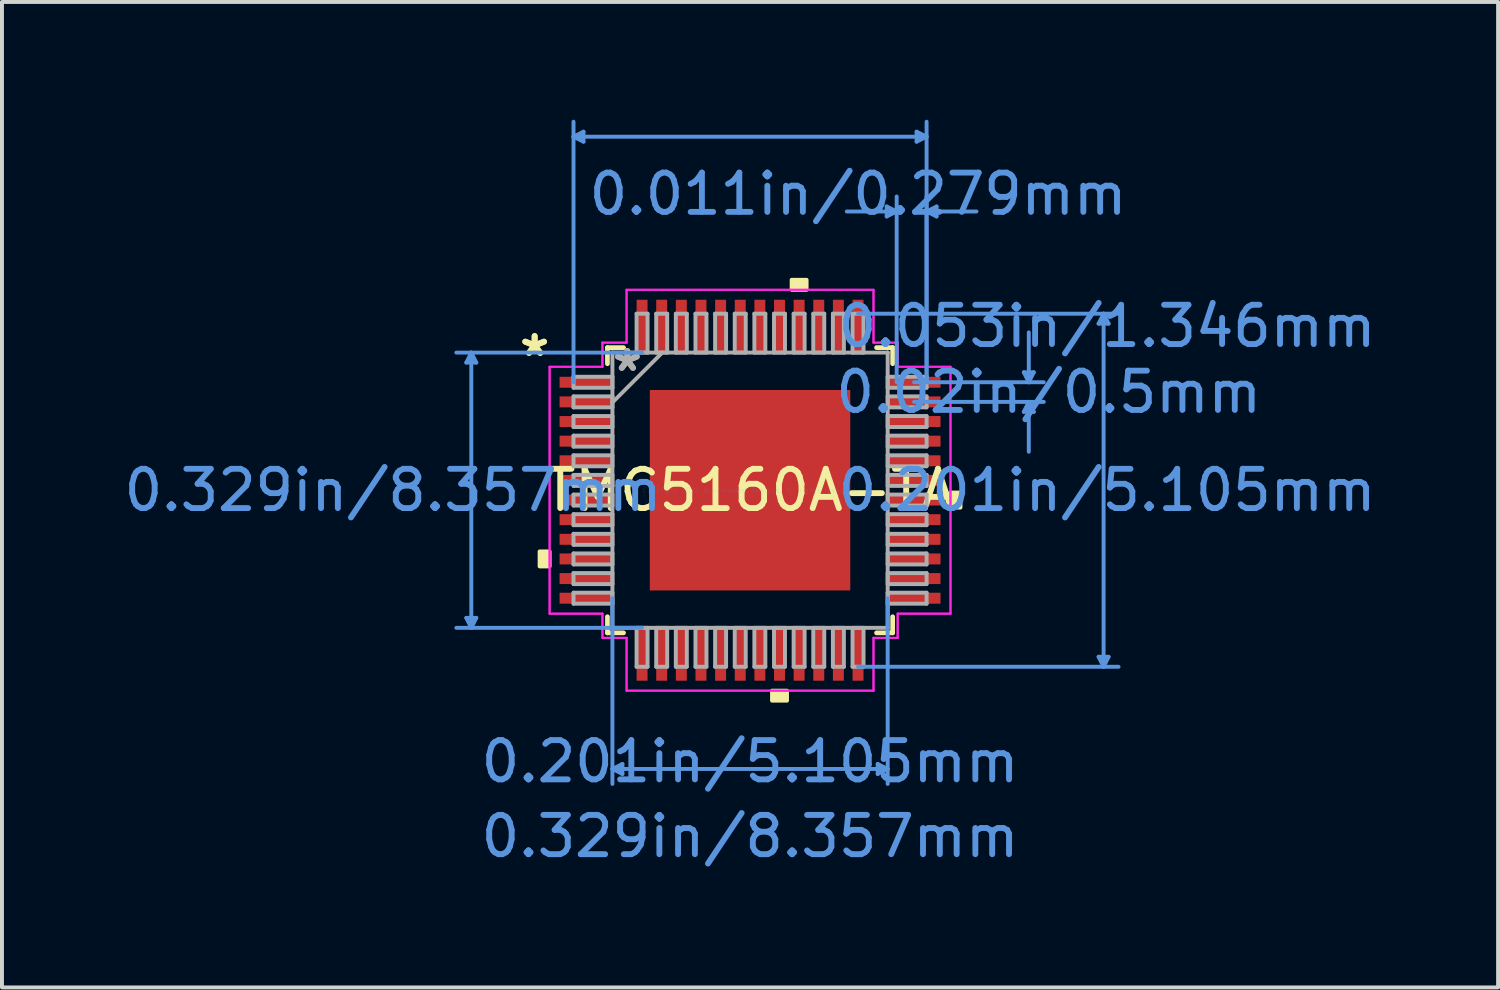
<source format=kicad_pcb>
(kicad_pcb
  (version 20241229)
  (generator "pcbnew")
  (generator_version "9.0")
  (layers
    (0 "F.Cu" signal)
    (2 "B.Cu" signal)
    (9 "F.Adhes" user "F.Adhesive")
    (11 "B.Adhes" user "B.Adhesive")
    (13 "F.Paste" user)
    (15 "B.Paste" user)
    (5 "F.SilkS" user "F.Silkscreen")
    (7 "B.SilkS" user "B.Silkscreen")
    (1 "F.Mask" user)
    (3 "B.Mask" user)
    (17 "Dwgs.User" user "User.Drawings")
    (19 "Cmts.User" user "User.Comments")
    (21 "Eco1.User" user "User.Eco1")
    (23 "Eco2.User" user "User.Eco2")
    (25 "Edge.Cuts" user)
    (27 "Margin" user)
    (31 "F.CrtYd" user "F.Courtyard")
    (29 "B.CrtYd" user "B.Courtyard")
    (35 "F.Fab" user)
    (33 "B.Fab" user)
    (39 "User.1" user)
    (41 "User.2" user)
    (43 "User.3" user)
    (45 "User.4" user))
  (footprint "TMC5160A-TA"
    (layer "F.Cu")
    (at 16.052 9.435)
    (property "Reference" "TMC5160A-TA" (at 0 0 0) (layer "F.SilkS") (effects (font (size 1 1) (thickness 0.15))))
    (attr through_hole)
    (fp_line (start -3.632 -3.632) (end -3.632 -3.222) (stroke (width 0.12) (type solid)) (layer "F.SilkS"))
    (fp_line (start -3.632 3.222) (end -3.632 3.632) (stroke (width 0.12) (type solid)) (layer "F.SilkS"))
    (fp_line (start -3.632 3.632) (end -3.222 3.632) (stroke (width 0.12) (type solid)) (layer "F.SilkS"))
    (fp_line (start -3.222 -3.632) (end -3.632 -3.632) (stroke (width 0.12) (type solid)) (layer "F.SilkS"))
    (fp_line (start 3.222 3.632) (end 3.632 3.632) (stroke (width 0.12) (type solid)) (layer "F.SilkS"))
    (fp_line (start 3.632 -3.632) (end 3.222 -3.632) (stroke (width 0.12) (type solid)) (layer "F.SilkS"))
    (fp_line (start 3.632 -3.222) (end 3.632 -3.632) (stroke (width 0.12) (type solid)) (layer "F.SilkS"))
    (fp_line (start 3.632 3.632) (end 3.632 3.222) (stroke (width 0.12) (type solid)) (layer "F.SilkS"))
    (fp_poly (pts (xy -5.359 1.559) (xy -5.359 1.94) (xy -5.105 1.94) (xy -5.105 1.559)) (stroke (width 0.1) (type solid)) (fill yes) (layer "F.SilkS"))
    (fp_poly (pts (xy 0.56 5.105) (xy 0.56 5.359) (xy 0.941 5.359) (xy 0.941 5.105)) (stroke (width 0.1) (type solid)) (fill yes) (layer "F.SilkS"))
    (fp_poly (pts (xy 1.06 -5.105) (xy 1.06 -5.359) (xy 1.44 -5.359) (xy 1.44 -5.105)) (stroke (width 0.1) (type solid)) (fill yes) (layer "F.SilkS"))
    (fp_poly (pts (xy 5.359 0.059) (xy 5.359 0.441) (xy 5.105 0.441) (xy 5.105 0.059)) (stroke (width 0.1) (type solid)) (fill yes) (layer "F.SilkS"))
    (fp_poly (pts (xy -2.453 -2.453) (xy -2.453 -1.376) (xy -1.376 -1.376) (xy -1.376 -2.453)) (stroke (width 0.1) (type solid)) (fill yes) (layer "F.Paste"))
    (fp_poly (pts (xy -2.453 -1.176) (xy -2.453 -0.1) (xy -1.376 -0.1) (xy -1.376 -1.176)) (stroke (width 0.1) (type solid)) (fill yes) (layer "F.Paste"))
    (fp_poly (pts (xy -2.453 0.1) (xy -2.453 1.176) (xy -1.376 1.176) (xy -1.376 0.1)) (stroke (width 0.1) (type solid)) (fill yes) (layer "F.Paste"))
    (fp_poly (pts (xy -2.453 1.376) (xy -2.453 2.453) (xy -1.376 2.453) (xy -1.376 1.376)) (stroke (width 0.1) (type solid)) (fill yes) (layer "F.Paste"))
    (fp_poly (pts (xy -1.176 -2.453) (xy -1.176 -1.376) (xy -0.1 -1.376) (xy -0.1 -2.453)) (stroke (width 0.1) (type solid)) (fill yes) (layer "F.Paste"))
    (fp_poly (pts (xy -1.176 -1.176) (xy -1.176 -0.1) (xy -0.1 -0.1) (xy -0.1 -1.176)) (stroke (width 0.1) (type solid)) (fill yes) (layer "F.Paste"))
    (fp_poly (pts (xy -1.176 0.1) (xy -1.176 1.176) (xy -0.1 1.176) (xy -0.1 0.1)) (stroke (width 0.1) (type solid)) (fill yes) (layer "F.Paste"))
    (fp_poly (pts (xy -1.176 1.376) (xy -1.176 2.453) (xy -0.1 2.453) (xy -0.1 1.376)) (stroke (width 0.1) (type solid)) (fill yes) (layer "F.Paste"))
    (fp_poly (pts (xy 0.1 -2.453) (xy 0.1 -1.376) (xy 1.176 -1.376) (xy 1.176 -2.453)) (stroke (width 0.1) (type solid)) (fill yes) (layer "F.Paste"))
    (fp_poly (pts (xy 0.1 -1.176) (xy 0.1 -0.1) (xy 1.176 -0.1) (xy 1.176 -1.176)) (stroke (width 0.1) (type solid)) (fill yes) (layer "F.Paste"))
    (fp_poly (pts (xy 0.1 0.1) (xy 0.1 1.176) (xy 1.176 1.176) (xy 1.176 0.1)) (stroke (width 0.1) (type solid)) (fill yes) (layer "F.Paste"))
    (fp_poly (pts (xy 0.1 1.376) (xy 0.1 2.453) (xy 1.176 2.453) (xy 1.176 1.376)) (stroke (width 0.1) (type solid)) (fill yes) (layer "F.Paste"))
    (fp_poly (pts (xy 1.376 -2.453) (xy 1.376 -1.376) (xy 2.453 -1.376) (xy 2.453 -2.453)) (stroke (width 0.1) (type solid)) (fill yes) (layer "F.Paste"))
    (fp_poly (pts (xy 1.376 -1.176) (xy 1.376 -0.1) (xy 2.453 -0.1) (xy 2.453 -1.176)) (stroke (width 0.1) (type solid)) (fill yes) (layer "F.Paste"))
    (fp_poly (pts (xy 1.376 0.1) (xy 1.376 1.176) (xy 2.453 1.176) (xy 2.453 0.1)) (stroke (width 0.1) (type solid)) (fill yes) (layer "F.Paste"))
    (fp_poly (pts (xy 1.376 1.376) (xy 1.376 2.453) (xy 2.453 2.453) (xy 2.453 1.376)) (stroke (width 0.1) (type solid)) (fill yes) (layer "F.Paste"))
    (fp_line (start -7.226 -3.251) (end -6.972 -3.251) (stroke (width 0.1) (type solid)) (layer "Cmts.User"))
    (fp_line (start -7.226 3.251) (end -6.972 3.251) (stroke (width 0.1) (type solid)) (layer "Cmts.User"))
    (fp_line (start -7.099 -3.505) (end -7.226 -3.251) (stroke (width 0.1) (type solid)) (layer "Cmts.User"))
    (fp_line (start -7.099 -3.505) (end -7.099 3.505) (stroke (width 0.1) (type solid)) (layer "Cmts.User"))
    (fp_line (start -7.099 -3.505) (end -6.972 -3.251) (stroke (width 0.1) (type solid)) (layer "Cmts.User"))
    (fp_line (start -7.099 3.505) (end -7.226 3.251) (stroke (width 0.1) (type solid)) (layer "Cmts.User"))
    (fp_line (start -7.099 3.505) (end -6.972 3.251) (stroke (width 0.1) (type solid)) (layer "Cmts.User"))
    (fp_line (start -4.496 -9.004) (end -4.242 -9.131) (stroke (width 0.1) (type solid)) (layer "Cmts.User"))
    (fp_line (start -4.496 -9.004) (end -4.242 -8.877) (stroke (width 0.1) (type solid)) (layer "Cmts.User"))
    (fp_line (start -4.496 -9.004) (end 4.496 -9.004) (stroke (width 0.1) (type solid)) (layer "Cmts.User"))
    (fp_line (start -4.496 -2.75) (end -4.496 -9.385) (stroke (width 0.1) (type solid)) (layer "Cmts.User"))
    (fp_line (start -4.242 -9.131) (end -4.242 -8.877) (stroke (width 0.1) (type solid)) (layer "Cmts.User"))
    (fp_line (start -3.505 2.75) (end -3.505 7.48) (stroke (width 0.1) (type solid)) (layer "Cmts.User"))
    (fp_line (start -3.505 7.099) (end -3.251 6.972) (stroke (width 0.1) (type solid)) (layer "Cmts.User"))
    (fp_line (start -3.505 7.099) (end -3.251 7.226) (stroke (width 0.1) (type solid)) (layer "Cmts.User"))
    (fp_line (start -3.505 7.099) (end 3.505 7.099) (stroke (width 0.1) (type solid)) (layer "Cmts.User"))
    (fp_line (start -3.251 6.972) (end -3.251 7.226) (stroke (width 0.1) (type solid)) (layer "Cmts.User"))
    (fp_line (start -2.75 -3.505) (end -7.48 -3.505) (stroke (width 0.1) (type solid)) (layer "Cmts.User"))
    (fp_line (start -2.75 3.505) (end -7.48 3.505) (stroke (width 0.1) (type solid)) (layer "Cmts.User"))
    (fp_line (start 2.75 -4.496) (end 9.385 -4.496) (stroke (width 0.1) (type solid)) (layer "Cmts.User"))
    (fp_line (start 2.75 4.496) (end 9.385 4.496) (stroke (width 0.1) (type solid)) (layer "Cmts.User"))
    (fp_line (start 3.251 6.972) (end 3.251 7.226) (stroke (width 0.1) (type solid)) (layer "Cmts.User"))
    (fp_line (start 3.48 -7.226) (end 3.48 -6.972) (stroke (width 0.1) (type solid)) (layer "Cmts.User"))
    (fp_line (start 3.505 2.75) (end 3.505 7.48) (stroke (width 0.1) (type solid)) (layer "Cmts.User"))
    (fp_line (start 3.505 7.099) (end 3.251 6.972) (stroke (width 0.1) (type solid)) (layer "Cmts.User"))
    (fp_line (start 3.505 7.099) (end 3.251 7.226) (stroke (width 0.1) (type solid)) (layer "Cmts.User"))
    (fp_line (start 3.734 -7.099) (end 2.464 -7.099) (stroke (width 0.1) (type solid)) (layer "Cmts.User"))
    (fp_line (start 3.734 -7.099) (end 3.48 -7.226) (stroke (width 0.1) (type solid)) (layer "Cmts.User"))
    (fp_line (start 3.734 -7.099) (end 3.48 -6.972) (stroke (width 0.1) (type solid)) (layer "Cmts.User"))
    (fp_line (start 3.734 -2.75) (end 3.734 -7.48) (stroke (width 0.1) (type solid)) (layer "Cmts.User"))
    (fp_line (start 4.178 -2.75) (end 7.48 -2.75) (stroke (width 0.1) (type solid)) (layer "Cmts.User"))
    (fp_line (start 4.178 -2.25) (end 7.48 -2.25) (stroke (width 0.1) (type solid)) (layer "Cmts.User"))
    (fp_line (start 4.242 -9.131) (end 4.242 -8.877) (stroke (width 0.1) (type solid)) (layer "Cmts.User"))
    (fp_line (start 4.496 -9.004) (end 4.242 -9.131) (stroke (width 0.1) (type solid)) (layer "Cmts.User"))
    (fp_line (start 4.496 -9.004) (end 4.242 -8.877) (stroke (width 0.1) (type solid)) (layer "Cmts.User"))
    (fp_line (start 4.496 -7.099) (end 4.75 -7.226) (stroke (width 0.1) (type solid)) (layer "Cmts.User"))
    (fp_line (start 4.496 -7.099) (end 4.75 -6.972) (stroke (width 0.1) (type solid)) (layer "Cmts.User"))
    (fp_line (start 4.496 -7.099) (end 5.766 -7.099) (stroke (width 0.1) (type solid)) (layer "Cmts.User"))
    (fp_line (start 4.496 -2.75) (end 4.496 -9.385) (stroke (width 0.1) (type solid)) (layer "Cmts.User"))
    (fp_line (start 4.496 -2.75) (end 4.496 -7.48) (stroke (width 0.1) (type solid)) (layer "Cmts.User"))
    (fp_line (start 4.75 -7.226) (end 4.75 -6.972) (stroke (width 0.1) (type solid)) (layer "Cmts.User"))
    (fp_line (start 6.972 -3.004) (end 7.226 -3.004) (stroke (width 0.1) (type solid)) (layer "Cmts.User"))
    (fp_line (start 6.972 -1.996) (end 7.226 -1.996) (stroke (width 0.1) (type solid)) (layer "Cmts.User"))
    (fp_line (start 7.099 -2.75) (end 6.972 -3.004) (stroke (width 0.1) (type solid)) (layer "Cmts.User"))
    (fp_line (start 7.099 -2.75) (end 7.099 -4.02) (stroke (width 0.1) (type solid)) (layer "Cmts.User"))
    (fp_line (start 7.099 -2.75) (end 7.226 -3.004) (stroke (width 0.1) (type solid)) (layer "Cmts.User"))
    (fp_line (start 7.099 -2.25) (end 6.972 -1.996) (stroke (width 0.1) (type solid)) (layer "Cmts.User"))
    (fp_line (start 7.099 -2.25) (end 7.099 -0.98) (stroke (width 0.1) (type solid)) (layer "Cmts.User"))
    (fp_line (start 7.099 -2.25) (end 7.226 -1.996) (stroke (width 0.1) (type solid)) (layer "Cmts.User"))
    (fp_line (start 8.877 -4.242) (end 9.131 -4.242) (stroke (width 0.1) (type solid)) (layer "Cmts.User"))
    (fp_line (start 8.877 4.242) (end 9.131 4.242) (stroke (width 0.1) (type solid)) (layer "Cmts.User"))
    (fp_line (start 9.004 -4.496) (end 8.877 -4.242) (stroke (width 0.1) (type solid)) (layer "Cmts.User"))
    (fp_line (start 9.004 -4.496) (end 9.004 4.496) (stroke (width 0.1) (type solid)) (layer "Cmts.User"))
    (fp_line (start 9.004 -4.496) (end 9.131 -4.242) (stroke (width 0.1) (type solid)) (layer "Cmts.User"))
    (fp_line (start 9.004 4.496) (end 8.877 4.242) (stroke (width 0.1) (type solid)) (layer "Cmts.User"))
    (fp_line (start 9.004 4.496) (end 9.131 4.242) (stroke (width 0.1) (type solid)) (layer "Cmts.User"))
    (fp_line (start -5.105 -3.144) (end -3.759 -3.144) (stroke (width 0.05) (type solid)) (layer "F.CrtYd"))
    (fp_line (start -5.105 -3.144) (end -3.759 -3.144) (stroke (width 0.05) (type solid)) (layer "F.CrtYd"))
    (fp_line (start -5.105 3.144) (end -5.105 -3.144) (stroke (width 0.05) (type solid)) (layer "F.CrtYd"))
    (fp_line (start -5.105 3.144) (end -5.105 -3.144) (stroke (width 0.05) (type solid)) (layer "F.CrtYd"))
    (fp_line (start -3.759 -3.759) (end -3.144 -3.759) (stroke (width 0.05) (type solid)) (layer "F.CrtYd"))
    (fp_line (start -3.759 -3.759) (end -3.144 -3.759) (stroke (width 0.05) (type solid)) (layer "F.CrtYd"))
    (fp_line (start -3.759 -3.144) (end -3.759 -3.759) (stroke (width 0.05) (type solid)) (layer "F.CrtYd"))
    (fp_line (start -3.759 -3.144) (end -3.759 -3.759) (stroke (width 0.05) (type solid)) (layer "F.CrtYd"))
    (fp_line (start -3.759 3.144) (end -5.105 3.144) (stroke (width 0.05) (type solid)) (layer "F.CrtYd"))
    (fp_line (start -3.759 3.144) (end -5.105 3.144) (stroke (width 0.05) (type solid)) (layer "F.CrtYd"))
    (fp_line (start -3.759 3.759) (end -3.759 3.144) (stroke (width 0.05) (type solid)) (layer "F.CrtYd"))
    (fp_line (start -3.759 3.759) (end -3.759 3.144) (stroke (width 0.05) (type solid)) (layer "F.CrtYd"))
    (fp_line (start -3.759 3.759) (end -3.144 3.759) (stroke (width 0.05) (type solid)) (layer "F.CrtYd"))
    (fp_line (start -3.144 -5.105) (end 3.144 -5.105) (stroke (width 0.05) (type solid)) (layer "F.CrtYd"))
    (fp_line (start -3.144 -5.105) (end 3.144 -5.105) (stroke (width 0.05) (type solid)) (layer "F.CrtYd"))
    (fp_line (start -3.144 -3.759) (end -3.144 -5.105) (stroke (width 0.05) (type solid)) (layer "F.CrtYd"))
    (fp_line (start -3.144 -3.759) (end -3.144 -5.105) (stroke (width 0.05) (type solid)) (layer "F.CrtYd"))
    (fp_line (start -3.144 3.759) (end -3.759 3.759) (stroke (width 0.05) (type solid)) (layer "F.CrtYd"))
    (fp_line (start -3.144 3.759) (end -3.144 5.105) (stroke (width 0.05) (type solid)) (layer "F.CrtYd"))
    (fp_line (start -3.144 5.105) (end -3.144 3.759) (stroke (width 0.05) (type solid)) (layer "F.CrtYd"))
    (fp_line (start -3.144 5.105) (end 3.144 5.105) (stroke (width 0.05) (type solid)) (layer "F.CrtYd"))
    (fp_line (start 3.144 -5.105) (end 3.144 -3.759) (stroke (width 0.05) (type solid)) (layer "F.CrtYd"))
    (fp_line (start 3.144 -5.105) (end 3.144 -3.759) (stroke (width 0.05) (type solid)) (layer "F.CrtYd"))
    (fp_line (start 3.144 -3.759) (end 3.759 -3.759) (stroke (width 0.05) (type solid)) (layer "F.CrtYd"))
    (fp_line (start 3.144 -3.759) (end 3.759 -3.759) (stroke (width 0.05) (type solid)) (layer "F.CrtYd"))
    (fp_line (start 3.144 3.759) (end 3.144 5.105) (stroke (width 0.05) (type solid)) (layer "F.CrtYd"))
    (fp_line (start 3.144 3.759) (end 3.759 3.759) (stroke (width 0.05) (type solid)) (layer "F.CrtYd"))
    (fp_line (start 3.144 5.105) (end -3.144 5.105) (stroke (width 0.05) (type solid)) (layer "F.CrtYd"))
    (fp_line (start 3.144 5.105) (end 3.144 3.759) (stroke (width 0.05) (type solid)) (layer "F.CrtYd"))
    (fp_line (start 3.759 -3.759) (end 3.759 -3.144) (stroke (width 0.05) (type solid)) (layer "F.CrtYd"))
    (fp_line (start 3.759 -3.144) (end 3.759 -3.759) (stroke (width 0.05) (type solid)) (layer "F.CrtYd"))
    (fp_line (start 3.759 -3.144) (end 5.105 -3.144) (stroke (width 0.05) (type solid)) (layer "F.CrtYd"))
    (fp_line (start 3.759 3.144) (end 3.759 3.759) (stroke (width 0.05) (type solid)) (layer "F.CrtYd"))
    (fp_line (start 3.759 3.144) (end 5.105 3.144) (stroke (width 0.05) (type solid)) (layer "F.CrtYd"))
    (fp_line (start 3.759 3.759) (end 3.144 3.759) (stroke (width 0.05) (type solid)) (layer "F.CrtYd"))
    (fp_line (start 3.759 3.759) (end 3.759 3.144) (stroke (width 0.05) (type solid)) (layer "F.CrtYd"))
    (fp_line (start 5.105 -3.144) (end 3.759 -3.144) (stroke (width 0.05) (type solid)) (layer "F.CrtYd"))
    (fp_line (start 5.105 -3.144) (end 5.105 3.144) (stroke (width 0.05) (type solid)) (layer "F.CrtYd"))
    (fp_line (start 5.105 3.144) (end 3.759 3.144) (stroke (width 0.05) (type solid)) (layer "F.CrtYd"))
    (fp_line (start 5.105 3.144) (end 5.105 -3.144) (stroke (width 0.05) (type solid)) (layer "F.CrtYd"))
    (fp_line (start -4.496 -2.89) (end -4.496 -2.61) (stroke (width 0.1) (type solid)) (layer "F.Fab"))
    (fp_line (start -4.496 -2.61) (end -3.505 -2.61) (stroke (width 0.1) (type solid)) (layer "F.Fab"))
    (fp_line (start -4.496 -2.39) (end -4.496 -2.11) (stroke (width 0.1) (type solid)) (layer "F.Fab"))
    (fp_line (start -4.496 -2.11) (end -3.505 -2.11) (stroke (width 0.1) (type solid)) (layer "F.Fab"))
    (fp_line (start -4.496 -1.89) (end -4.496 -1.61) (stroke (width 0.1) (type solid)) (layer "F.Fab"))
    (fp_line (start -4.496 -1.61) (end -3.505 -1.61) (stroke (width 0.1) (type solid)) (layer "F.Fab"))
    (fp_line (start -4.496 -1.39) (end -4.496 -1.11) (stroke (width 0.1) (type solid)) (layer "F.Fab"))
    (fp_line (start -4.496 -1.11) (end -3.505 -1.11) (stroke (width 0.1) (type solid)) (layer "F.Fab"))
    (fp_line (start -4.496 -0.89) (end -4.496 -0.61) (stroke (width 0.1) (type solid)) (layer "F.Fab"))
    (fp_line (start -4.496 -0.61) (end -3.505 -0.61) (stroke (width 0.1) (type solid)) (layer "F.Fab"))
    (fp_line (start -4.496 -0.39) (end -4.496 -0.11) (stroke (width 0.1) (type solid)) (layer "F.Fab"))
    (fp_line (start -4.496 -0.11) (end -3.505 -0.11) (stroke (width 0.1) (type solid)) (layer "F.Fab"))
    (fp_line (start -4.496 0.11) (end -4.496 0.39) (stroke (width 0.1) (type solid)) (layer "F.Fab"))
    (fp_line (start -4.496 0.39) (end -3.505 0.39) (stroke (width 0.1) (type solid)) (layer "F.Fab"))
    (fp_line (start -4.496 0.61) (end -4.496 0.89) (stroke (width 0.1) (type solid)) (layer "F.Fab"))
    (fp_line (start -4.496 0.89) (end -3.505 0.89) (stroke (width 0.1) (type solid)) (layer "F.Fab"))
    (fp_line (start -4.496 1.11) (end -4.496 1.39) (stroke (width 0.1) (type solid)) (layer "F.Fab"))
    (fp_line (start -4.496 1.39) (end -3.505 1.39) (stroke (width 0.1) (type solid)) (layer "F.Fab"))
    (fp_line (start -4.496 1.61) (end -4.496 1.89) (stroke (width 0.1) (type solid)) (layer "F.Fab"))
    (fp_line (start -4.496 1.89) (end -3.505 1.89) (stroke (width 0.1) (type solid)) (layer "F.Fab"))
    (fp_line (start -4.496 2.11) (end -4.496 2.39) (stroke (width 0.1) (type solid)) (layer "F.Fab"))
    (fp_line (start -4.496 2.39) (end -3.505 2.39) (stroke (width 0.1) (type solid)) (layer "F.Fab"))
    (fp_line (start -4.496 2.61) (end -4.496 2.89) (stroke (width 0.1) (type solid)) (layer "F.Fab"))
    (fp_line (start -4.496 2.89) (end -3.505 2.89) (stroke (width 0.1) (type solid)) (layer "F.Fab"))
    (fp_line (start -3.505 -3.505) (end -3.505 -3.505) (stroke (width 0.1) (type solid)) (layer "F.Fab"))
    (fp_line (start -3.505 -3.505) (end -3.505 3.505) (stroke (width 0.1) (type solid)) (layer "F.Fab"))
    (fp_line (start -3.505 -2.89) (end -4.496 -2.89) (stroke (width 0.1) (type solid)) (layer "F.Fab"))
    (fp_line (start -3.505 -2.61) (end -3.505 -2.89) (stroke (width 0.1) (type solid)) (layer "F.Fab"))
    (fp_line (start -3.505 -2.39) (end -4.496 -2.39) (stroke (width 0.1) (type solid)) (layer "F.Fab"))
    (fp_line (start -3.505 -2.235) (end -2.235 -3.505) (stroke (width 0.1) (type solid)) (layer "F.Fab"))
    (fp_line (start -3.505 -2.11) (end -3.505 -2.39) (stroke (width 0.1) (type solid)) (layer "F.Fab"))
    (fp_line (start -3.505 -1.89) (end -4.496 -1.89) (stroke (width 0.1) (type solid)) (layer "F.Fab"))
    (fp_line (start -3.505 -1.61) (end -3.505 -1.89) (stroke (width 0.1) (type solid)) (layer "F.Fab"))
    (fp_line (start -3.505 -1.39) (end -4.496 -1.39) (stroke (width 0.1) (type solid)) (layer "F.Fab"))
    (fp_line (start -3.505 -1.11) (end -3.505 -1.39) (stroke (width 0.1) (type solid)) (layer "F.Fab"))
    (fp_line (start -3.505 -0.89) (end -4.496 -0.89) (stroke (width 0.1) (type solid)) (layer "F.Fab"))
    (fp_line (start -3.505 -0.61) (end -3.505 -0.89) (stroke (width 0.1) (type solid)) (layer "F.Fab"))
    (fp_line (start -3.505 -0.39) (end -4.496 -0.39) (stroke (width 0.1) (type solid)) (layer "F.Fab"))
    (fp_line (start -3.505 -0.11) (end -3.505 -0.39) (stroke (width 0.1) (type solid)) (layer "F.Fab"))
    (fp_line (start -3.505 0.11) (end -4.496 0.11) (stroke (width 0.1) (type solid)) (layer "F.Fab"))
    (fp_line (start -3.505 0.39) (end -3.505 0.11) (stroke (width 0.1) (type solid)) (layer "F.Fab"))
    (fp_line (start -3.505 0.61) (end -4.496 0.61) (stroke (width 0.1) (type solid)) (layer "F.Fab"))
    (fp_line (start -3.505 0.89) (end -3.505 0.61) (stroke (width 0.1) (type solid)) (layer "F.Fab"))
    (fp_line (start -3.505 1.11) (end -4.496 1.11) (stroke (width 0.1) (type solid)) (layer "F.Fab"))
    (fp_line (start -3.505 1.39) (end -3.505 1.11) (stroke (width 0.1) (type solid)) (layer "F.Fab"))
    (fp_line (start -3.505 1.61) (end -4.496 1.61) (stroke (width 0.1) (type solid)) (layer "F.Fab"))
    (fp_line (start -3.505 1.89) (end -3.505 1.61) (stroke (width 0.1) (type solid)) (layer "F.Fab"))
    (fp_line (start -3.505 2.11) (end -4.496 2.11) (stroke (width 0.1) (type solid)) (layer "F.Fab"))
    (fp_line (start -3.505 2.39) (end -3.505 2.11) (stroke (width 0.1) (type solid)) (layer "F.Fab"))
    (fp_line (start -3.505 2.61) (end -4.496 2.61) (stroke (width 0.1) (type solid)) (layer "F.Fab"))
    (fp_line (start -3.505 2.89) (end -3.505 2.61) (stroke (width 0.1) (type solid)) (layer "F.Fab"))
    (fp_line (start -3.505 3.505) (end -3.505 3.505) (stroke (width 0.1) (type solid)) (layer "F.Fab"))
    (fp_line (start -3.505 3.505) (end 3.505 3.505) (stroke (width 0.1) (type solid)) (layer "F.Fab"))
    (fp_line (start -2.89 -4.496) (end -2.89 -3.505) (stroke (width 0.1) (type solid)) (layer "F.Fab"))
    (fp_line (start -2.89 -3.505) (end -2.61 -3.505) (stroke (width 0.1) (type solid)) (layer "F.Fab"))
    (fp_line (start -2.89 3.505) (end -2.89 4.496) (stroke (width 0.1) (type solid)) (layer "F.Fab"))
    (fp_line (start -2.89 4.496) (end -2.61 4.496) (stroke (width 0.1) (type solid)) (layer "F.Fab"))
    (fp_line (start -2.61 -4.496) (end -2.89 -4.496) (stroke (width 0.1) (type solid)) (layer "F.Fab"))
    (fp_line (start -2.61 -3.505) (end -2.61 -4.496) (stroke (width 0.1) (type solid)) (layer "F.Fab"))
    (fp_line (start -2.61 3.505) (end -2.89 3.505) (stroke (width 0.1) (type solid)) (layer "F.Fab"))
    (fp_line (start -2.61 4.496) (end -2.61 3.505) (stroke (width 0.1) (type solid)) (layer "F.Fab"))
    (fp_line (start -2.39 -4.496) (end -2.39 -3.505) (stroke (width 0.1) (type solid)) (layer "F.Fab"))
    (fp_line (start -2.39 -3.505) (end -2.11 -3.505) (stroke (width 0.1) (type solid)) (layer "F.Fab"))
    (fp_line (start -2.39 3.505) (end -2.39 4.496) (stroke (width 0.1) (type solid)) (layer "F.Fab"))
    (fp_line (start -2.39 4.496) (end -2.11 4.496) (stroke (width 0.1) (type solid)) (layer "F.Fab"))
    (fp_line (start -2.11 -4.496) (end -2.39 -4.496) (stroke (width 0.1) (type solid)) (layer "F.Fab"))
    (fp_line (start -2.11 -3.505) (end -2.11 -4.496) (stroke (width 0.1) (type solid)) (layer "F.Fab"))
    (fp_line (start -2.11 3.505) (end -2.39 3.505) (stroke (width 0.1) (type solid)) (layer "F.Fab"))
    (fp_line (start -2.11 4.496) (end -2.11 3.505) (stroke (width 0.1) (type solid)) (layer "F.Fab"))
    (fp_line (start -1.89 -4.496) (end -1.89 -3.505) (stroke (width 0.1) (type solid)) (layer "F.Fab"))
    (fp_line (start -1.89 -3.505) (end -1.61 -3.505) (stroke (width 0.1) (type solid)) (layer "F.Fab"))
    (fp_line (start -1.89 3.505) (end -1.89 4.496) (stroke (width 0.1) (type solid)) (layer "F.Fab"))
    (fp_line (start -1.89 4.496) (end -1.61 4.496) (stroke (width 0.1) (type solid)) (layer "F.Fab"))
    (fp_line (start -1.61 -4.496) (end -1.89 -4.496) (stroke (width 0.1) (type solid)) (layer "F.Fab"))
    (fp_line (start -1.61 -3.505) (end -1.61 -4.496) (stroke (width 0.1) (type solid)) (layer "F.Fab"))
    (fp_line (start -1.61 3.505) (end -1.89 3.505) (stroke (width 0.1) (type solid)) (layer "F.Fab"))
    (fp_line (start -1.61 4.496) (end -1.61 3.505) (stroke (width 0.1) (type solid)) (layer "F.Fab"))
    (fp_line (start -1.39 -4.496) (end -1.39 -3.505) (stroke (width 0.1) (type solid)) (layer "F.Fab"))
    (fp_line (start -1.39 -3.505) (end -1.11 -3.505) (stroke (width 0.1) (type solid)) (layer "F.Fab"))
    (fp_line (start -1.39 3.505) (end -1.39 4.496) (stroke (width 0.1) (type solid)) (layer "F.Fab"))
    (fp_line (start -1.39 4.496) (end -1.11 4.496) (stroke (width 0.1) (type solid)) (layer "F.Fab"))
    (fp_line (start -1.11 -4.496) (end -1.39 -4.496) (stroke (width 0.1) (type solid)) (layer "F.Fab"))
    (fp_line (start -1.11 -3.505) (end -1.11 -4.496) (stroke (width 0.1) (type solid)) (layer "F.Fab"))
    (fp_line (start -1.11 3.505) (end -1.39 3.505) (stroke (width 0.1) (type solid)) (layer "F.Fab"))
    (fp_line (start -1.11 4.496) (end -1.11 3.505) (stroke (width 0.1) (type solid)) (layer "F.Fab"))
    (fp_line (start -0.89 -4.496) (end -0.89 -3.505) (stroke (width 0.1) (type solid)) (layer "F.Fab"))
    (fp_line (start -0.89 -3.505) (end -0.61 -3.505) (stroke (width 0.1) (type solid)) (layer "F.Fab"))
    (fp_line (start -0.89 3.505) (end -0.89 4.496) (stroke (width 0.1) (type solid)) (layer "F.Fab"))
    (fp_line (start -0.89 4.496) (end -0.61 4.496) (stroke (width 0.1) (type solid)) (layer "F.Fab"))
    (fp_line (start -0.61 -4.496) (end -0.89 -4.496) (stroke (width 0.1) (type solid)) (layer "F.Fab"))
    (fp_line (start -0.61 -3.505) (end -0.61 -4.496) (stroke (width 0.1) (type solid)) (layer "F.Fab"))
    (fp_line (start -0.61 3.505) (end -0.89 3.505) (stroke (width 0.1) (type solid)) (layer "F.Fab"))
    (fp_line (start -0.61 4.496) (end -0.61 3.505) (stroke (width 0.1) (type solid)) (layer "F.Fab"))
    (fp_line (start -0.39 -4.496) (end -0.39 -3.505) (stroke (width 0.1) (type solid)) (layer "F.Fab"))
    (fp_line (start -0.39 -3.505) (end -0.11 -3.505) (stroke (width 0.1) (type solid)) (layer "F.Fab"))
    (fp_line (start -0.39 3.505) (end -0.39 4.496) (stroke (width 0.1) (type solid)) (layer "F.Fab"))
    (fp_line (start -0.39 4.496) (end -0.11 4.496) (stroke (width 0.1) (type solid)) (layer "F.Fab"))
    (fp_line (start -0.11 -4.496) (end -0.39 -4.496) (stroke (width 0.1) (type solid)) (layer "F.Fab"))
    (fp_line (start -0.11 -3.505) (end -0.11 -4.496) (stroke (width 0.1) (type solid)) (layer "F.Fab"))
    (fp_line (start -0.11 3.505) (end -0.39 3.505) (stroke (width 0.1) (type solid)) (layer "F.Fab"))
    (fp_line (start -0.11 4.496) (end -0.11 3.505) (stroke (width 0.1) (type solid)) (layer "F.Fab"))
    (fp_line (start 0.11 -4.496) (end 0.11 -3.505) (stroke (width 0.1) (type solid)) (layer "F.Fab"))
    (fp_line (start 0.11 -3.505) (end 0.39 -3.505) (stroke (width 0.1) (type solid)) (layer "F.Fab"))
    (fp_line (start 0.11 3.505) (end 0.11 4.496) (stroke (width 0.1) (type solid)) (layer "F.Fab"))
    (fp_line (start 0.11 4.496) (end 0.39 4.496) (stroke (width 0.1) (type solid)) (layer "F.Fab"))
    (fp_line (start 0.39 -4.496) (end 0.11 -4.496) (stroke (width 0.1) (type solid)) (layer "F.Fab"))
    (fp_line (start 0.39 -3.505) (end 0.39 -4.496) (stroke (width 0.1) (type solid)) (layer "F.Fab"))
    (fp_line (start 0.39 3.505) (end 0.11 3.505) (stroke (width 0.1) (type solid)) (layer "F.Fab"))
    (fp_line (start 0.39 4.496) (end 0.39 3.505) (stroke (width 0.1) (type solid)) (layer "F.Fab"))
    (fp_line (start 0.61 -4.496) (end 0.61 -3.505) (stroke (width 0.1) (type solid)) (layer "F.Fab"))
    (fp_line (start 0.61 -3.505) (end 0.89 -3.505) (stroke (width 0.1) (type solid)) (layer "F.Fab"))
    (fp_line (start 0.61 3.505) (end 0.61 4.496) (stroke (width 0.1) (type solid)) (layer "F.Fab"))
    (fp_line (start 0.61 4.496) (end 0.89 4.496) (stroke (width 0.1) (type solid)) (layer "F.Fab"))
    (fp_line (start 0.89 -4.496) (end 0.61 -4.496) (stroke (width 0.1) (type solid)) (layer "F.Fab"))
    (fp_line (start 0.89 -3.505) (end 0.89 -4.496) (stroke (width 0.1) (type solid)) (layer "F.Fab"))
    (fp_line (start 0.89 3.505) (end 0.61 3.505) (stroke (width 0.1) (type solid)) (layer "F.Fab"))
    (fp_line (start 0.89 4.496) (end 0.89 3.505) (stroke (width 0.1) (type solid)) (layer "F.Fab"))
    (fp_line (start 1.11 -4.496) (end 1.11 -3.505) (stroke (width 0.1) (type solid)) (layer "F.Fab"))
    (fp_line (start 1.11 -3.505) (end 1.39 -3.505) (stroke (width 0.1) (type solid)) (layer "F.Fab"))
    (fp_line (start 1.11 3.505) (end 1.11 4.496) (stroke (width 0.1) (type solid)) (layer "F.Fab"))
    (fp_line (start 1.11 4.496) (end 1.39 4.496) (stroke (width 0.1) (type solid)) (layer "F.Fab"))
    (fp_line (start 1.39 -4.496) (end 1.11 -4.496) (stroke (width 0.1) (type solid)) (layer "F.Fab"))
    (fp_line (start 1.39 -3.505) (end 1.39 -4.496) (stroke (width 0.1) (type solid)) (layer "F.Fab"))
    (fp_line (start 1.39 3.505) (end 1.11 3.505) (stroke (width 0.1) (type solid)) (layer "F.Fab"))
    (fp_line (start 1.39 4.496) (end 1.39 3.505) (stroke (width 0.1) (type solid)) (layer "F.Fab"))
    (fp_line (start 1.61 -4.496) (end 1.61 -3.505) (stroke (width 0.1) (type solid)) (layer "F.Fab"))
    (fp_line (start 1.61 -3.505) (end 1.89 -3.505) (stroke (width 0.1) (type solid)) (layer "F.Fab"))
    (fp_line (start 1.61 3.505) (end 1.61 4.496) (stroke (width 0.1) (type solid)) (layer "F.Fab"))
    (fp_line (start 1.61 4.496) (end 1.89 4.496) (stroke (width 0.1) (type solid)) (layer "F.Fab"))
    (fp_line (start 1.89 -4.496) (end 1.61 -4.496) (stroke (width 0.1) (type solid)) (layer "F.Fab"))
    (fp_line (start 1.89 -3.505) (end 1.89 -4.496) (stroke (width 0.1) (type solid)) (layer "F.Fab"))
    (fp_line (start 1.89 3.505) (end 1.61 3.505) (stroke (width 0.1) (type solid)) (layer "F.Fab"))
    (fp_line (start 1.89 4.496) (end 1.89 3.505) (stroke (width 0.1) (type solid)) (layer "F.Fab"))
    (fp_line (start 2.11 -4.496) (end 2.11 -3.505) (stroke (width 0.1) (type solid)) (layer "F.Fab"))
    (fp_line (start 2.11 -3.505) (end 2.39 -3.505) (stroke (width 0.1) (type solid)) (layer "F.Fab"))
    (fp_line (start 2.11 3.505) (end 2.11 4.496) (stroke (width 0.1) (type solid)) (layer "F.Fab"))
    (fp_line (start 2.11 4.496) (end 2.39 4.496) (stroke (width 0.1) (type solid)) (layer "F.Fab"))
    (fp_line (start 2.39 -4.496) (end 2.11 -4.496) (stroke (width 0.1) (type solid)) (layer "F.Fab"))
    (fp_line (start 2.39 -3.505) (end 2.39 -4.496) (stroke (width 0.1) (type solid)) (layer "F.Fab"))
    (fp_line (start 2.39 3.505) (end 2.11 3.505) (stroke (width 0.1) (type solid)) (layer "F.Fab"))
    (fp_line (start 2.39 4.496) (end 2.39 3.505) (stroke (width 0.1) (type solid)) (layer "F.Fab"))
    (fp_line (start 2.61 -4.496) (end 2.61 -3.505) (stroke (width 0.1) (type solid)) (layer "F.Fab"))
    (fp_line (start 2.61 -3.505) (end 2.89 -3.505) (stroke (width 0.1) (type solid)) (layer "F.Fab"))
    (fp_line (start 2.61 3.505) (end 2.61 4.496) (stroke (width 0.1) (type solid)) (layer "F.Fab"))
    (fp_line (start 2.61 4.496) (end 2.89 4.496) (stroke (width 0.1) (type solid)) (layer "F.Fab"))
    (fp_line (start 2.89 -4.496) (end 2.61 -4.496) (stroke (width 0.1) (type solid)) (layer "F.Fab"))
    (fp_line (start 2.89 -3.505) (end 2.89 -4.496) (stroke (width 0.1) (type solid)) (layer "F.Fab"))
    (fp_line (start 2.89 3.505) (end 2.61 3.505) (stroke (width 0.1) (type solid)) (layer "F.Fab"))
    (fp_line (start 2.89 4.496) (end 2.89 3.505) (stroke (width 0.1) (type solid)) (layer "F.Fab"))
    (fp_line (start 3.505 -3.505) (end -3.505 -3.505) (stroke (width 0.1) (type solid)) (layer "F.Fab"))
    (fp_line (start 3.505 -3.505) (end 3.505 -3.505) (stroke (width 0.1) (type solid)) (layer "F.Fab"))
    (fp_line (start 3.505 -2.89) (end 3.505 -2.61) (stroke (width 0.1) (type solid)) (layer "F.Fab"))
    (fp_line (start 3.505 -2.61) (end 4.496 -2.61) (stroke (width 0.1) (type solid)) (layer "F.Fab"))
    (fp_line (start 3.505 -2.39) (end 3.505 -2.11) (stroke (width 0.1) (type solid)) (layer "F.Fab"))
    (fp_line (start 3.505 -2.11) (end 4.496 -2.11) (stroke (width 0.1) (type solid)) (layer "F.Fab"))
    (fp_line (start 3.505 -1.89) (end 3.505 -1.61) (stroke (width 0.1) (type solid)) (layer "F.Fab"))
    (fp_line (start 3.505 -1.61) (end 4.496 -1.61) (stroke (width 0.1) (type solid)) (layer "F.Fab"))
    (fp_line (start 3.505 -1.39) (end 3.505 -1.11) (stroke (width 0.1) (type solid)) (layer "F.Fab"))
    (fp_line (start 3.505 -1.11) (end 4.496 -1.11) (stroke (width 0.1) (type solid)) (layer "F.Fab"))
    (fp_line (start 3.505 -0.89) (end 3.505 -0.61) (stroke (width 0.1) (type solid)) (layer "F.Fab"))
    (fp_line (start 3.505 -0.61) (end 4.496 -0.61) (stroke (width 0.1) (type solid)) (layer "F.Fab"))
    (fp_line (start 3.505 -0.39) (end 3.505 -0.11) (stroke (width 0.1) (type solid)) (layer "F.Fab"))
    (fp_line (start 3.505 -0.11) (end 4.496 -0.11) (stroke (width 0.1) (type solid)) (layer "F.Fab"))
    (fp_line (start 3.505 0.11) (end 3.505 0.39) (stroke (width 0.1) (type solid)) (layer "F.Fab"))
    (fp_line (start 3.505 0.39) (end 4.496 0.39) (stroke (width 0.1) (type solid)) (layer "F.Fab"))
    (fp_line (start 3.505 0.61) (end 3.505 0.89) (stroke (width 0.1) (type solid)) (layer "F.Fab"))
    (fp_line (start 3.505 0.89) (end 4.496 0.89) (stroke (width 0.1) (type solid)) (layer "F.Fab"))
    (fp_line (start 3.505 1.11) (end 3.505 1.39) (stroke (width 0.1) (type solid)) (layer "F.Fab"))
    (fp_line (start 3.505 1.39) (end 4.496 1.39) (stroke (width 0.1) (type solid)) (layer "F.Fab"))
    (fp_line (start 3.505 1.61) (end 3.505 1.89) (stroke (width 0.1) (type solid)) (layer "F.Fab"))
    (fp_line (start 3.505 1.89) (end 4.496 1.89) (stroke (width 0.1) (type solid)) (layer "F.Fab"))
    (fp_line (start 3.505 2.11) (end 3.505 2.39) (stroke (width 0.1) (type solid)) (layer "F.Fab"))
    (fp_line (start 3.505 2.39) (end 4.496 2.39) (stroke (width 0.1) (type solid)) (layer "F.Fab"))
    (fp_line (start 3.505 2.61) (end 3.505 2.89) (stroke (width 0.1) (type solid)) (layer "F.Fab"))
    (fp_line (start 3.505 2.89) (end 4.496 2.89) (stroke (width 0.1) (type solid)) (layer "F.Fab"))
    (fp_line (start 3.505 3.505) (end 3.505 -3.505) (stroke (width 0.1) (type solid)) (layer "F.Fab"))
    (fp_line (start 3.505 3.505) (end 3.505 3.505) (stroke (width 0.1) (type solid)) (layer "F.Fab"))
    (fp_line (start 4.496 -2.89) (end 3.505 -2.89) (stroke (width 0.1) (type solid)) (layer "F.Fab"))
    (fp_line (start 4.496 -2.61) (end 4.496 -2.89) (stroke (width 0.1) (type solid)) (layer "F.Fab"))
    (fp_line (start 4.496 -2.39) (end 3.505 -2.39) (stroke (width 0.1) (type solid)) (layer "F.Fab"))
    (fp_line (start 4.496 -2.11) (end 4.496 -2.39) (stroke (width 0.1) (type solid)) (layer "F.Fab"))
    (fp_line (start 4.496 -1.89) (end 3.505 -1.89) (stroke (width 0.1) (type solid)) (layer "F.Fab"))
    (fp_line (start 4.496 -1.61) (end 4.496 -1.89) (stroke (width 0.1) (type solid)) (layer "F.Fab"))
    (fp_line (start 4.496 -1.39) (end 3.505 -1.39) (stroke (width 0.1) (type solid)) (layer "F.Fab"))
    (fp_line (start 4.496 -1.11) (end 4.496 -1.39) (stroke (width 0.1) (type solid)) (layer "F.Fab"))
    (fp_line (start 4.496 -0.89) (end 3.505 -0.89) (stroke (width 0.1) (type solid)) (layer "F.Fab"))
    (fp_line (start 4.496 -0.61) (end 4.496 -0.89) (stroke (width 0.1) (type solid)) (layer "F.Fab"))
    (fp_line (start 4.496 -0.39) (end 3.505 -0.39) (stroke (width 0.1) (type solid)) (layer "F.Fab"))
    (fp_line (start 4.496 -0.11) (end 4.496 -0.39) (stroke (width 0.1) (type solid)) (layer "F.Fab"))
    (fp_line (start 4.496 0.11) (end 3.505 0.11) (stroke (width 0.1) (type solid)) (layer "F.Fab"))
    (fp_line (start 4.496 0.39) (end 4.496 0.11) (stroke (width 0.1) (type solid)) (layer "F.Fab"))
    (fp_line (start 4.496 0.61) (end 3.505 0.61) (stroke (width 0.1) (type solid)) (layer "F.Fab"))
    (fp_line (start 4.496 0.89) (end 4.496 0.61) (stroke (width 0.1) (type solid)) (layer "F.Fab"))
    (fp_line (start 4.496 1.11) (end 3.505 1.11) (stroke (width 0.1) (type solid)) (layer "F.Fab"))
    (fp_line (start 4.496 1.39) (end 4.496 1.11) (stroke (width 0.1) (type solid)) (layer "F.Fab"))
    (fp_line (start 4.496 1.61) (end 3.505 1.61) (stroke (width 0.1) (type solid)) (layer "F.Fab"))
    (fp_line (start 4.496 1.89) (end 4.496 1.61) (stroke (width 0.1) (type solid)) (layer "F.Fab"))
    (fp_line (start 4.496 2.11) (end 3.505 2.11) (stroke (width 0.1) (type solid)) (layer "F.Fab"))
    (fp_line (start 4.496 2.39) (end 4.496 2.11) (stroke (width 0.1) (type solid)) (layer "F.Fab"))
    (fp_line (start 4.496 2.61) (end 3.505 2.61) (stroke (width 0.1) (type solid)) (layer "F.Fab"))
    (fp_line (start 4.496 2.89) (end 4.496 2.61) (stroke (width 0.1) (type solid)) (layer "F.Fab"))
    (fp_text user "*" (at -5.486 -3.381 0) (layer "F.SilkS") (effects (font (size 1 1) (thickness 0.15))))
    (fp_text user "*" (at -5.486 -3.381 0) (layer "F.SilkS") (effects (font (size 1 1) (thickness 0.15))))
    (fp_text user "0.011in/0.279mm" (at 2.75 -7.544 0) (layer "Cmts.User") (effects (font (size 1 1) (thickness 0.15))))
    (fp_text user "0.02in/0.5mm" (at 7.607 -2.5 0) (layer "Cmts.User") (effects (font (size 1 1) (thickness 0.15))))
    (fp_text user "0.201in/5.105mm" (at 0 6.909 0) (layer "Cmts.User") (effects (font (size 1 1) (thickness 0.15))))
    (fp_text user "Copyright 2021 Accelerated Designs. All rights reserved." (at 0 0 0) (layer "Cmts.User") (effects (font (size 0.127 0.127) (thickness 0.002))))
    (fp_text user "0.329in/8.357mm" (at -9.093 0 0) (layer "Cmts.User") (effects (font (size 1 1) (thickness 0.15))))
    (fp_text user "0.201in/5.105mm" (at 9.093 0 0) (layer "Cmts.User") (effects (font (size 1 1) (thickness 0.15))))
    (fp_text user "0.053in/1.346mm" (at 9.093 -4.178 0) (layer "Cmts.User") (effects (font (size 1 1) (thickness 0.15))))
    (fp_text user "0.329in/8.357mm" (at 0 8.814 0) (layer "Cmts.User") (effects (font (size 1 1) (thickness 0.15))))
    (fp_text user "*" (at -3.124 -3 0) (layer "F.Fab") (effects (font (size 1 1) (thickness 0.15))))
    (fp_text user "*" (at -3.124 -3 0) (layer "F.Fab") (effects (font (size 1 1) (thickness 0.15))))
    (pad "1" smd rect (at -4.178 -2.75 90) (size 0.279 1.346) (layers "F.Cu" "F.Mask" "F.Paste"))
    (pad "2" smd rect (at -4.178 -2.25 90) (size 0.279 1.346) (layers "F.Cu" "F.Mask" "F.Paste"))
    (pad "3" smd rect (at -4.178 -1.75 90) (size 0.279 1.346) (layers "F.Cu" "F.Mask" "F.Paste"))
    (pad "4" smd rect (at -4.178 -1.25 90) (size 0.279 1.346) (layers "F.Cu" "F.Mask" "F.Paste"))
    (pad "5" smd rect (at -4.178 -0.75 90) (size 0.279 1.346) (layers "F.Cu" "F.Mask" "F.Paste"))
    (pad "6" smd rect (at -4.178 -0.25 90) (size 0.279 1.346) (layers "F.Cu" "F.Mask" "F.Paste"))
    (pad "7" smd rect (at -4.178 0.25 90) (size 0.279 1.346) (layers "F.Cu" "F.Mask" "F.Paste"))
    (pad "8" smd rect (at -4.178 0.75 90) (size 0.279 1.346) (layers "F.Cu" "F.Mask" "F.Paste"))
    (pad "9" smd rect (at -4.178 1.25 90) (size 0.279 1.346) (layers "F.Cu" "F.Mask" "F.Paste"))
    (pad "10" smd rect (at -4.178 1.75 90) (size 0.279 1.346) (layers "F.Cu" "F.Mask" "F.Paste"))
    (pad "11" smd rect (at -4.178 2.25 90) (size 0.279 1.346) (layers "F.Cu" "F.Mask" "F.Paste"))
    (pad "12" smd rect (at -4.178 2.75 90) (size 0.279 1.346) (layers "F.Cu" "F.Mask" "F.Paste"))
    (pad "13" smd rect (at -2.75 4.178) (size 0.279 1.346) (layers "F.Cu" "F.Mask" "F.Paste"))
    (pad "14" smd rect (at -2.25 4.178) (size 0.279 1.346) (layers "F.Cu" "F.Mask" "F.Paste"))
    (pad "15" smd rect (at -1.75 4.178) (size 0.279 1.346) (layers "F.Cu" "F.Mask" "F.Paste"))
    (pad "16" smd rect (at -1.25 4.178) (size 0.279 1.346) (layers "F.Cu" "F.Mask" "F.Paste"))
    (pad "17" smd rect (at -0.75 4.178) (size 0.279 1.346) (layers "F.Cu" "F.Mask" "F.Paste"))
    (pad "18" smd rect (at -0.25 4.178) (size 0.279 1.346) (layers "F.Cu" "F.Mask" "F.Paste"))
    (pad "19" smd rect (at 0.25 4.178) (size 0.279 1.346) (layers "F.Cu" "F.Mask" "F.Paste"))
    (pad "20" smd rect (at 0.75 4.178) (size 0.279 1.346) (layers "F.Cu" "F.Mask" "F.Paste"))
    (pad "21" smd rect (at 1.25 4.178) (size 0.279 1.346) (layers "F.Cu" "F.Mask" "F.Paste"))
    (pad "22" smd rect (at 1.75 4.178) (size 0.279 1.346) (layers "F.Cu" "F.Mask" "F.Paste"))
    (pad "23" smd rect (at 2.25 4.178) (size 0.279 1.346) (layers "F.Cu" "F.Mask" "F.Paste"))
    (pad "24" smd rect (at 2.75 4.178) (size 0.279 1.346) (layers "F.Cu" "F.Mask" "F.Paste"))
    (pad "25" smd rect (at 4.178 2.75 90) (size 0.279 1.346) (layers "F.Cu" "F.Mask" "F.Paste"))
    (pad "26" smd rect (at 4.178 2.25 90) (size 0.279 1.346) (layers "F.Cu" "F.Mask" "F.Paste"))
    (pad "27" smd rect (at 4.178 1.75 90) (size 0.279 1.346) (layers "F.Cu" "F.Mask" "F.Paste"))
    (pad "28" smd rect (at 4.178 1.25 90) (size 0.279 1.346) (layers "F.Cu" "F.Mask" "F.Paste"))
    (pad "29" smd rect (at 4.178 0.75 90) (size 0.279 1.346) (layers "F.Cu" "F.Mask" "F.Paste"))
    (pad "30" smd rect (at 4.178 0.25 90) (size 0.279 1.346) (layers "F.Cu" "F.Mask" "F.Paste"))
    (pad "31" smd rect (at 4.178 -0.25 90) (size 0.279 1.346) (layers "F.Cu" "F.Mask" "F.Paste"))
    (pad "32" smd rect (at 4.178 -0.75 90) (size 0.279 1.346) (layers "F.Cu" "F.Mask" "F.Paste"))
    (pad "33" smd rect (at 4.178 -1.25 90) (size 0.279 1.346) (layers "F.Cu" "F.Mask" "F.Paste"))
    (pad "34" smd rect (at 4.178 -1.75 90) (size 0.279 1.346) (layers "F.Cu" "F.Mask" "F.Paste"))
    (pad "35" smd rect (at 4.178 -2.25 90) (size 0.279 1.346) (layers "F.Cu" "F.Mask" "F.Paste"))
    (pad "36" smd rect (at 4.178 -2.75 90) (size 0.279 1.346) (layers "F.Cu" "F.Mask" "F.Paste"))
    (pad "37" smd rect (at 2.75 -4.178) (size 0.279 1.346) (layers "F.Cu" "F.Mask" "F.Paste"))
    (pad "38" smd rect (at 2.25 -4.178) (size 0.279 1.346) (layers "F.Cu" "F.Mask" "F.Paste"))
    (pad "39" smd rect (at 1.75 -4.178) (size 0.279 1.346) (layers "F.Cu" "F.Mask" "F.Paste"))
    (pad "40" smd rect (at 1.25 -4.178) (size 0.279 1.346) (layers "F.Cu" "F.Mask" "F.Paste"))
    (pad "41" smd rect (at 0.75 -4.178) (size 0.279 1.346) (layers "F.Cu" "F.Mask" "F.Paste"))
    (pad "42" smd rect (at 0.25 -4.178) (size 0.279 1.346) (layers "F.Cu" "F.Mask" "F.Paste"))
    (pad "43" smd rect (at -0.25 -4.178) (size 0.279 1.346) (layers "F.Cu" "F.Mask" "F.Paste"))
    (pad "44" smd rect (at -0.75 -4.178) (size 0.279 1.346) (layers "F.Cu" "F.Mask" "F.Paste"))
    (pad "45" smd rect (at -1.25 -4.178) (size 0.279 1.346) (layers "F.Cu" "F.Mask" "F.Paste"))
    (pad "46" smd rect (at -1.75 -4.178) (size 0.279 1.346) (layers "F.Cu" "F.Mask" "F.Paste"))
    (pad "47" smd rect (at -2.25 -4.178) (size 0.279 1.346) (layers "F.Cu" "F.Mask" "F.Paste"))
    (pad "48" smd rect (at -2.75 -4.178) (size 0.279 1.346) (layers "F.Cu" "F.Mask" "F.Paste"))
    (pad "EPAD" smd rect (at 0 0) (size 5.105 5.105) (layers "F.Cu" "F.Mask")))
  (gr_rect
    (start -3 -3)
    (end 35.103 22.097)
    (stroke (width 0.1) (type default))
    (fill no)
    (layer "Edge.Cuts")))
</source>
